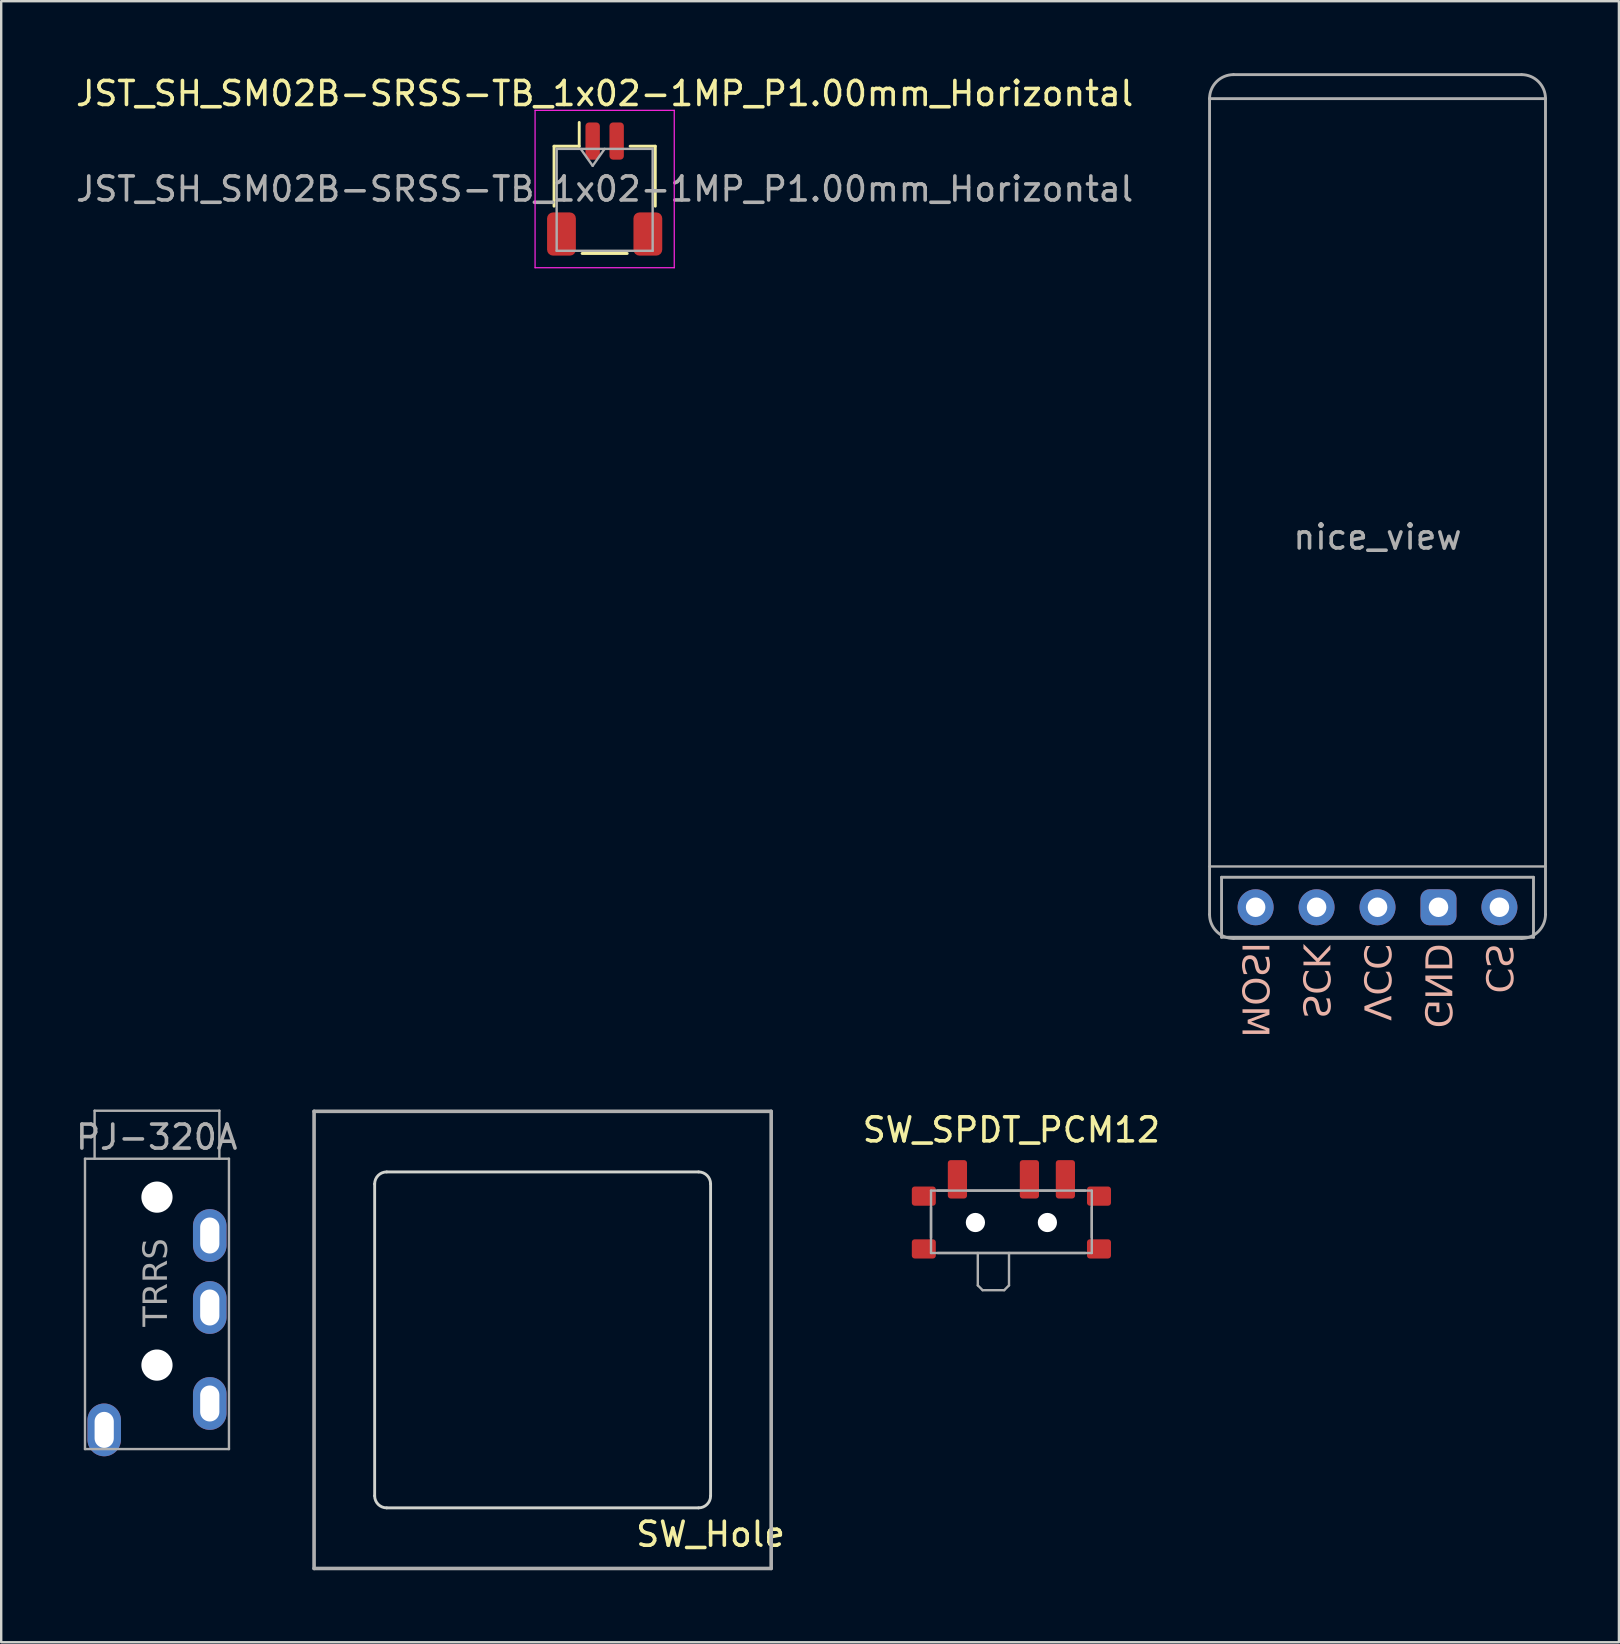
<source format=kicad_pcb>
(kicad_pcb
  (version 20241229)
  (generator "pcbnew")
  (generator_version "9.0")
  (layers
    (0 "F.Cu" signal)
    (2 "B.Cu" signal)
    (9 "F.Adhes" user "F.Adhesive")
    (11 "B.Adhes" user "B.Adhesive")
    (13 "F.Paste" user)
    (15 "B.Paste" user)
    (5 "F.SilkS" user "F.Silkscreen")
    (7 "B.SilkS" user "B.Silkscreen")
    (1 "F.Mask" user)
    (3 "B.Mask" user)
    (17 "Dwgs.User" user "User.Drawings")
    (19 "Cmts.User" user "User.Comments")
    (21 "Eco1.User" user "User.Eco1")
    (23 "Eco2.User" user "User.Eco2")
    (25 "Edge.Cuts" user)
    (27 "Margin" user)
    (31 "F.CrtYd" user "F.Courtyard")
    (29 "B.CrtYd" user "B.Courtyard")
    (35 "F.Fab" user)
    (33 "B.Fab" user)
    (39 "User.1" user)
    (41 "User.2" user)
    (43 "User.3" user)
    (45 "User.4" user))
  (footprint "SW_Hole"
    (layer "F.Cu")
    (at 19.564 52.79)
    (property "Reference" "SW_Hole" (at 7 8.1 0) (layer "F.SilkS") (effects (font (size 1 1) (thickness 0.15))))
    (attr through_hole)
    (fp_line (start -7 -6.5) (end -7 6.5) (stroke (width 0.12) (type solid)) (layer "Edge.Cuts"))
    (fp_line (start -6.5 7) (end 6.5 7) (stroke (width 0.12) (type solid)) (layer "Edge.Cuts"))
    (fp_line (start 6.5 -7) (end -6.5 -7) (stroke (width 0.12) (type solid)) (layer "Edge.Cuts"))
    (fp_line (start 7 6.5) (end 7 -6.5) (stroke (width 0.12) (type solid)) (layer "Edge.Cuts"))
    (fp_arc (start -7 -6.5) (mid -6.853553 -6.853553) (end -6.5 -7) (stroke (width 0.12) (type solid)) (layer "Edge.Cuts"))
    (fp_arc (start -6.5 7) (mid -6.853553 6.853553) (end -7 6.5) (stroke (width 0.12) (type solid)) (layer "Edge.Cuts"))
    (fp_arc (start 6.5 -7) (mid 6.853553 -6.853553) (end 7 -6.5) (stroke (width 0.12) (type solid)) (layer "Edge.Cuts"))
    (fp_arc (start 7 6.5) (mid 6.853553 6.853553) (end 6.5 7) (stroke (width 0.12) (type solid)) (layer "Edge.Cuts"))
    (fp_line (start -9.525 -9.525) (end -9.525 9.525) (stroke (width 0.15) (type solid)) (layer "F.Fab"))
    (fp_line (start -9.525 9.525) (end 9.525 9.525) (stroke (width 0.15) (type solid)) (layer "F.Fab"))
    (fp_line (start 9.525 -9.525) (end -9.525 -9.525) (stroke (width 0.15) (type solid)) (layer "F.Fab"))
    (fp_line (start 9.525 9.525) (end 9.525 -9.525) (stroke (width 0.15) (type solid)) (layer "F.Fab")))
  (footprint "nice_view"
    (layer "F.Cu")
    (at 54.358 34.76)
    (property "Reference" "nice_view" (at 0 -15.43 0) (unlocked yes) (layer "F.Fab") (effects (font (size 1 1) (thickness 0.15))))
    (attr through_hole)
    (fp_line (start -7 -1.7) (end 7 -1.7) (stroke (width 0.1) (type default)) (layer "F.Fab"))
    (fp_line (start -7 0.3) (end -7 -33.7) (stroke (width 0.12) (type solid)) (layer "F.Fab"))
    (fp_line (start -6.5 -1.25) (end -6.5 1.25) (stroke (width 0.12) (type default)) (layer "F.Fab"))
    (fp_line (start -6.5 -1.25) (end 6.5 -1.25) (stroke (width 0.12) (type default)) (layer "F.Fab"))
    (fp_line (start -6.5 1.25) (end 6.5 1.25) (stroke (width 0.12) (type default)) (layer "F.Fab"))
    (fp_line (start -6 -34.7) (end 6 -34.7) (stroke (width 0.12) (type solid)) (layer "F.Fab"))
    (fp_line (start 6 1.3) (end -6 1.3) (stroke (width 0.12) (type solid)) (layer "F.Fab"))
    (fp_line (start 6.5 -1.25) (end 6.5 1.25) (stroke (width 0.12) (type default)) (layer "F.Fab"))
    (fp_line (start 7 -33.7) (end -7 -33.7) (stroke (width 0.12) (type solid)) (layer "F.Fab"))
    (fp_line (start 7 -33.7) (end 7 0.3) (stroke (width 0.12) (type solid)) (layer "F.Fab"))
    (fp_arc (start -7 -33.7) (mid -6.707106 -34.407106) (end -6 -34.7) (stroke (width 0.12) (type default)) (layer "F.Fab"))
    (fp_arc (start -6 1.3) (mid -6.707107 1.007107) (end -7 0.3) (stroke (width 0.12) (type solid)) (layer "F.Fab"))
    (fp_arc (start 6 -34.7) (mid 6.707107 -34.407107) (end 7 -33.7) (stroke (width 0.12) (type solid)) (layer "F.Fab"))
    (fp_arc (start 7 0.3) (mid 6.707107 1.007107) (end 6 1.3) (stroke (width 0.12) (type solid)) (layer "F.Fab"))
    (fp_text user "VCC" (at -0.09 1.53 270) (unlocked yes) (layer "B.SilkS") (effects (font (face "Roboto") (size 1.1 1.1) (thickness 0.15)) (justify right mirror)))
    (fp_text user "SCK" (at -2.63 1.56 270) (unlocked yes) (layer "B.SilkS") (effects (font (face "Roboto") (size 1.1 1.1) (thickness 0.15)) (justify right mirror)))
    (fp_text user "MOSI" (at -5.17 1.46 270) (unlocked yes) (layer "B.SilkS") (effects (font (face "Roboto") (size 1.1 1.1) (thickness 0.15)) (justify right mirror)))
    (fp_text user "CS" (at 4.99 1.54 270) (unlocked yes) (layer "B.SilkS") (effects (font (face "Roboto") (size 1.1 1.1) (thickness 0.15)) (justify right mirror)))
    (fp_text user "GND" (at 2.45 1.51 270) (unlocked yes) (layer "B.SilkS") (effects (font (face "Roboto") (size 1.1 1.1) (thickness 0.15)) (justify right mirror)))
    (pad "1" thru_hole circle (at -5.08 0) (size 1.5 1.5) (drill 0.813) (layers "*.Cu" "B.Mask"))
    (pad "2" thru_hole circle (at -2.54 0) (size 1.5 1.5) (drill 0.813) (layers "*.Cu" "B.Mask"))
    (pad "3" thru_hole circle (at 0 0) (size 1.5 1.5) (drill 0.813) (layers "*.Cu" "B.Mask"))
    (pad "4" thru_hole roundrect (at 2.54 0) (size 1.5 1.5) (drill 0.813) (layers "*.Cu" "B.Mask") (roundrect_rratio 0.25))
    (pad "5" thru_hole circle (at 5.08 0) (size 1.5 1.5) (drill 0.813) (layers "*.Cu" "B.Mask")))
  (footprint "JST_SH_SM02B-SRSS-TB_1x02-1MP_P1.00mm_Horizontal"
    (layer "F.Cu")
    (at 22.149 4.828)
    (property "Reference" "JST_SH_SM02B-SRSS-TB_1x02-1MP_P1.00mm_Horizontal" (at 0 -3.98 180) (layer "F.SilkS") (effects (font (size 1 1) (thickness 0.15))))
    (attr smd)
    (fp_line (start -2.11 -1.785) (end -1.06 -1.785) (stroke (width 0.12) (type solid)) (layer "F.SilkS"))
    (fp_line (start -2.11 0.715) (end -2.11 -1.785) (stroke (width 0.12) (type solid)) (layer "F.SilkS"))
    (fp_line (start -1.06 -1.785) (end -1.06 -2.775) (stroke (width 0.12) (type solid)) (layer "F.SilkS"))
    (fp_line (start -0.94 2.685) (end 0.94 2.685) (stroke (width 0.12) (type solid)) (layer "F.SilkS"))
    (fp_line (start 2.11 -1.785) (end 1.06 -1.785) (stroke (width 0.12) (type solid)) (layer "F.SilkS"))
    (fp_line (start 2.11 0.715) (end 2.11 -1.785) (stroke (width 0.12) (type solid)) (layer "F.SilkS"))
    (fp_line (start -2.9 -3.28) (end -2.9 3.28) (stroke (width 0.05) (type solid)) (layer "F.CrtYd"))
    (fp_line (start -2.9 3.28) (end 2.9 3.28) (stroke (width 0.05) (type solid)) (layer "F.CrtYd"))
    (fp_line (start 2.9 -3.28) (end -2.9 -3.28) (stroke (width 0.05) (type solid)) (layer "F.CrtYd"))
    (fp_line (start 2.9 3.28) (end 2.9 -3.28) (stroke (width 0.05) (type solid)) (layer "F.CrtYd"))
    (fp_line (start -2 -1.675) (end -2 2.575) (stroke (width 0.1) (type solid)) (layer "F.Fab"))
    (fp_line (start -2 -1.675) (end 2 -1.675) (stroke (width 0.1) (type solid)) (layer "F.Fab"))
    (fp_line (start -2 2.575) (end 2 2.575) (stroke (width 0.1) (type solid)) (layer "F.Fab"))
    (fp_line (start -1 -1.675) (end -0.5 -0.968) (stroke (width 0.1) (type solid)) (layer "F.Fab"))
    (fp_line (start -0.5 -0.968) (end 0 -1.675) (stroke (width 0.1) (type solid)) (layer "F.Fab"))
    (fp_line (start 2 -1.675) (end 2 2.575) (stroke (width 0.1) (type solid)) (layer "F.Fab"))
    (fp_text user "${REFERENCE}" (at 0 0 180) (layer "F.Fab") (effects (font (size 1 1) (thickness 0.15))))
    (pad "1" smd roundrect (at -0.5 -2) (size 0.6 1.55) (layers "F.Cu" "F.Mask" "F.Paste") (roundrect_rratio 0.25))
    (pad "2" smd roundrect (at 0.5 -2) (size 0.6 1.55) (layers "F.Cu" "F.Mask" "F.Paste") (roundrect_rratio 0.25))
    (pad "MP" smd roundrect (at -1.8 1.875) (size 1.2 1.8) (layers "F.Cu" "F.Mask" "F.Paste") (roundrect_rratio 0.208))
    (pad "MP" smd roundrect (at 1.8 1.875) (size 1.2 1.8) (layers "F.Cu" "F.Mask" "F.Paste") (roundrect_rratio 0.208)))
  (footprint "PJ-320A"
    (layer "F.Cu")
    (at 3.492 45.24)
    (property "Reference" "PJ-320A" (at -0.01 -0.9 180) (layer "F.Fab") (effects (font (size 1 1) (thickness 0.15))))
    (attr through_hole)
    (fp_line (start -3 0) (end 3 0) (stroke (width 0.1) (type solid)) (layer "F.Fab"))
    (fp_line (start -3 12.1) (end -3 0) (stroke (width 0.1) (type solid)) (layer "F.Fab"))
    (fp_line (start -2.6 0) (end -2.6 -2) (stroke (width 0.1) (type default)) (layer "F.Fab"))
    (fp_line (start 2.6 -2) (end -2.6 -2) (stroke (width 0.1) (type default)) (layer "F.Fab"))
    (fp_line (start 2.6 0) (end 2.6 -2) (stroke (width 0.1) (type default)) (layer "F.Fab"))
    (fp_line (start 3 0) (end 3 12.1) (stroke (width 0.1) (type solid)) (layer "F.Fab"))
    (fp_line (start 3 12.1) (end -3 12.1) (stroke (width 0.1) (type solid)) (layer "F.Fab"))
    (fp_text user "TRRS" (at 0 5.16 90) (layer "F.Fab") (effects (font (face "Roboto") (size 1 1) (thickness 0.15))))
    (pad "" np_thru_hole circle (at 0 1.6) (size 1.3 1.3) (drill 1.3) (layers "*.Cu" "*.Mask"))
    (pad "" np_thru_hole circle (at 0 8.6) (size 1.3 1.3) (drill 1.3) (layers "*.Cu" "*.Mask"))
    (pad "A" thru_hole oval (at -2.2 11.3) (size 1.4 2.2) (drill oval 0.8 1.5) (layers "*.Cu" "B.Mask"))
    (pad "B" thru_hole oval (at 2.2 3.2) (size 1.4 2.2) (drill oval 0.8 1.5) (layers "*.Cu" "B.Mask"))
    (pad "C" thru_hole oval (at 2.2 6.2) (size 1.4 2.2) (drill oval 0.8 1.5) (layers "*.Cu" "B.Mask"))
    (pad "D" thru_hole oval (at 2.2 10.2) (size 1.4 2.2) (drill oval 0.8 1.5) (layers "*.Cu" "B.Mask")))
  (footprint "SW_SPDT_PCM12"
    (layer "F.Cu")
    (at 39.1 47.898)
    (property "Reference" "SW_SPDT_PCM12" (at 0 -3.86 180) (layer "F.SilkS") (effects (font (size 1 1) (thickness 0.15))))
    (attr smd)
    (fp_line (start -3.35 -1.33) (end -3.35 1.27) (stroke (width 0.1) (type solid)) (layer "F.Fab"))
    (fp_line (start -3.35 -0.64) (end -3.35 0.63) (stroke (width 0.1) (type solid)) (layer "F.Fab"))
    (fp_line (start -3.35 1.27) (end 3.35 1.27) (stroke (width 0.1) (type solid)) (layer "F.Fab"))
    (fp_line (start -3.08 -1.33) (end -2.67 -1.33) (stroke (width 0.1) (type solid)) (layer "F.Fab"))
    (fp_line (start -3.07 1.27) (end 3.08 1.27) (stroke (width 0.1) (type solid)) (layer "F.Fab"))
    (fp_line (start -1.83 -1.33) (end 0.33 -1.33) (stroke (width 0.1) (type solid)) (layer "F.Fab"))
    (fp_line (start -1.4 2.62) (end -1.4 1.27) (stroke (width 0.1) (type solid)) (layer "F.Fab"))
    (fp_line (start -1.4 2.62) (end -1.2 2.82) (stroke (width 0.1) (type solid)) (layer "F.Fab"))
    (fp_line (start -0.3 2.82) (end -1.2 2.82) (stroke (width 0.1) (type solid)) (layer "F.Fab"))
    (fp_line (start -0.1 2.62) (end -0.3 2.82) (stroke (width 0.1) (type solid)) (layer "F.Fab"))
    (fp_line (start -0.1 2.62) (end -0.1 1.27) (stroke (width 0.1) (type solid)) (layer "F.Fab"))
    (fp_line (start 1.17 -1.33) (end 1.83 -1.33) (stroke (width 0.1) (type solid)) (layer "F.Fab"))
    (fp_line (start 2.67 -1.33) (end 3.08 -1.33) (stroke (width 0.1) (type solid)) (layer "F.Fab"))
    (fp_line (start 3.35 -1.33) (end -3.35 -1.33) (stroke (width 0.1) (type solid)) (layer "F.Fab"))
    (fp_line (start 3.35 0.63) (end 3.35 -0.64) (stroke (width 0.1) (type solid)) (layer "F.Fab"))
    (fp_line (start 3.35 1.27) (end 3.35 -1.33) (stroke (width 0.1) (type solid)) (layer "F.Fab"))
    (pad "" smd roundrect (at -3.65 -1.1) (size 1 0.8) (layers "F.Cu" "F.Mask" "F.Paste") (roundrect_rratio 0.15))
    (pad "" smd roundrect (at -3.65 1.1) (size 1 0.8) (layers "F.Cu" "F.Mask" "F.Paste") (roundrect_rratio 0.15))
    (pad "" np_thru_hole circle (at -1.5 0) (size 0.8 0.8) (drill 0.8) (layers "*.Cu" "*.Mask"))
    (pad "" np_thru_hole circle (at 1.5 0) (size 0.8 0.8) (drill 0.8) (layers "*.Cu" "*.Mask"))
    (pad "" smd roundrect (at 3.65 -1.1) (size 1 0.8) (layers "F.Cu" "F.Mask" "F.Paste") (roundrect_rratio 0.15))
    (pad "" smd roundrect (at 3.65 1.1) (size 1 0.8) (layers "F.Cu" "F.Mask" "F.Paste") (roundrect_rratio 0.15))
    (pad "1" smd roundrect (at -2.25 -1.8) (size 0.8 1.6) (layers "F.Cu" "F.Mask" "F.Paste") (roundrect_rratio 0.15))
    (pad "2" smd roundrect (at 0.75 -1.8) (size 0.8 1.6) (layers "F.Cu" "F.Mask" "F.Paste") (roundrect_rratio 0.15))
    (pad "3" smd roundrect (at 2.25 -1.8) (size 0.8 1.6) (layers "F.Cu" "F.Mask" "F.Paste") (roundrect_rratio 0.15)))
  (gr_rect
    (start -3 -3)
    (end 64.418 65.39)
    (stroke (width 0.1) (type default))
    (fill no)
    (layer "Edge.Cuts")))
</source>
